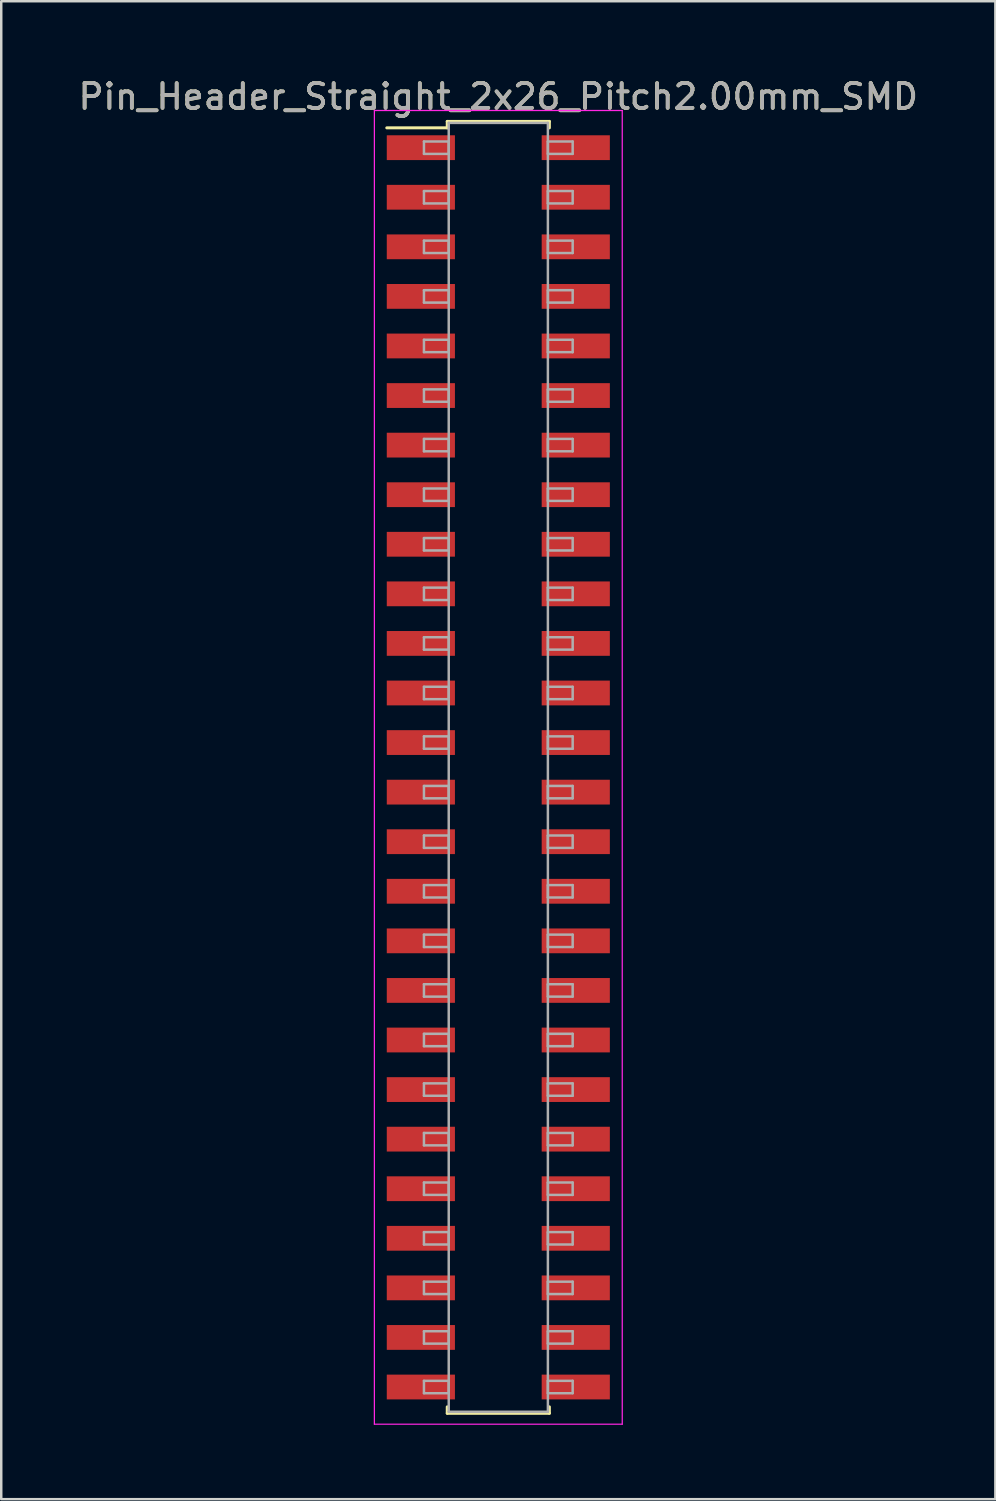
<source format=kicad_pcb>
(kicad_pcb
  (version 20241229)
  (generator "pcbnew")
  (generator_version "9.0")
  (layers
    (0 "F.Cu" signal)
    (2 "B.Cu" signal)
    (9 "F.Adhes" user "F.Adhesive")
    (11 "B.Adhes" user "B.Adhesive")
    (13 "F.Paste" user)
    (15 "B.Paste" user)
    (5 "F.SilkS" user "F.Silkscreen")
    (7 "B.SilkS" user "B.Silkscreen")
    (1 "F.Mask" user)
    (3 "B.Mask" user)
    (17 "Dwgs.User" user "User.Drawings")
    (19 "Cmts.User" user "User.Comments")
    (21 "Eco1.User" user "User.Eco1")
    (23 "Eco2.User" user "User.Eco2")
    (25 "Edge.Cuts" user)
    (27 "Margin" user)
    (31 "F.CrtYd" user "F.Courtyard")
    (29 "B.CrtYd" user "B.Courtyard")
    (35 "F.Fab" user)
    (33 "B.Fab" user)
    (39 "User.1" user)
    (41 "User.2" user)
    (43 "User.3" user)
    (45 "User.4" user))
  (footprint "Pin_Header_Straight_2x26_Pitch2.00mm_SMD"
    (layer "F.Cu")
    (at 17.054 27.908)
    (property "Reference" "Pin_Header_Straight_2x26_Pitch2.00mm_SMD" (at 0 -27.06 0) (layer "F.SilkS") (effects (font (size 1 1) (thickness 0.15))))
    (attr smd)
    (fp_line (start -4.5 -25.8) (end -2.06 -25.8) (stroke (width 0.12) (type solid)) (layer "F.SilkS"))
    (fp_line (start -2.06 -26.06) (end 2.06 -26.06) (stroke (width 0.12) (type solid)) (layer "F.SilkS"))
    (fp_line (start -2.06 -25.8) (end -2.06 -26.06) (stroke (width 0.12) (type solid)) (layer "F.SilkS"))
    (fp_line (start -2.06 25.8) (end -2.06 26.06) (stroke (width 0.12) (type solid)) (layer "F.SilkS"))
    (fp_line (start -2.06 26.06) (end 2.06 26.06) (stroke (width 0.12) (type solid)) (layer "F.SilkS"))
    (fp_line (start 2.06 -26.06) (end 2.06 -25.8) (stroke (width 0.12) (type solid)) (layer "F.SilkS"))
    (fp_line (start 2.06 26.06) (end 2.06 25.8) (stroke (width 0.12) (type solid)) (layer "F.SilkS"))
    (fp_line (start -5 -26.5) (end -5 26.5) (stroke (width 0.05) (type solid)) (layer "F.CrtYd"))
    (fp_line (start -5 26.5) (end 5 26.5) (stroke (width 0.05) (type solid)) (layer "F.CrtYd"))
    (fp_line (start 5 -26.5) (end -5 -26.5) (stroke (width 0.05) (type solid)) (layer "F.CrtYd"))
    (fp_line (start 5 26.5) (end 5 -26.5) (stroke (width 0.05) (type solid)) (layer "F.CrtYd"))
    (fp_line (start -3 -25.25) (end -2 -25.25) (stroke (width 0.1) (type solid)) (layer "F.Fab"))
    (fp_line (start -3 -24.75) (end -3 -25.25) (stroke (width 0.1) (type solid)) (layer "F.Fab"))
    (fp_line (start -3 -23.25) (end -2 -23.25) (stroke (width 0.1) (type solid)) (layer "F.Fab"))
    (fp_line (start -3 -22.75) (end -3 -23.25) (stroke (width 0.1) (type solid)) (layer "F.Fab"))
    (fp_line (start -3 -21.25) (end -2 -21.25) (stroke (width 0.1) (type solid)) (layer "F.Fab"))
    (fp_line (start -3 -20.75) (end -3 -21.25) (stroke (width 0.1) (type solid)) (layer "F.Fab"))
    (fp_line (start -3 -19.25) (end -2 -19.25) (stroke (width 0.1) (type solid)) (layer "F.Fab"))
    (fp_line (start -3 -18.75) (end -3 -19.25) (stroke (width 0.1) (type solid)) (layer "F.Fab"))
    (fp_line (start -3 -17.25) (end -2 -17.25) (stroke (width 0.1) (type solid)) (layer "F.Fab"))
    (fp_line (start -3 -16.75) (end -3 -17.25) (stroke (width 0.1) (type solid)) (layer "F.Fab"))
    (fp_line (start -3 -15.25) (end -2 -15.25) (stroke (width 0.1) (type solid)) (layer "F.Fab"))
    (fp_line (start -3 -14.75) (end -3 -15.25) (stroke (width 0.1) (type solid)) (layer "F.Fab"))
    (fp_line (start -3 -13.25) (end -2 -13.25) (stroke (width 0.1) (type solid)) (layer "F.Fab"))
    (fp_line (start -3 -12.75) (end -3 -13.25) (stroke (width 0.1) (type solid)) (layer "F.Fab"))
    (fp_line (start -3 -11.25) (end -2 -11.25) (stroke (width 0.1) (type solid)) (layer "F.Fab"))
    (fp_line (start -3 -10.75) (end -3 -11.25) (stroke (width 0.1) (type solid)) (layer "F.Fab"))
    (fp_line (start -3 -9.25) (end -2 -9.25) (stroke (width 0.1) (type solid)) (layer "F.Fab"))
    (fp_line (start -3 -8.75) (end -3 -9.25) (stroke (width 0.1) (type solid)) (layer "F.Fab"))
    (fp_line (start -3 -7.25) (end -2 -7.25) (stroke (width 0.1) (type solid)) (layer "F.Fab"))
    (fp_line (start -3 -6.75) (end -3 -7.25) (stroke (width 0.1) (type solid)) (layer "F.Fab"))
    (fp_line (start -3 -5.25) (end -2 -5.25) (stroke (width 0.1) (type solid)) (layer "F.Fab"))
    (fp_line (start -3 -4.75) (end -3 -5.25) (stroke (width 0.1) (type solid)) (layer "F.Fab"))
    (fp_line (start -3 -3.25) (end -2 -3.25) (stroke (width 0.1) (type solid)) (layer "F.Fab"))
    (fp_line (start -3 -2.75) (end -3 -3.25) (stroke (width 0.1) (type solid)) (layer "F.Fab"))
    (fp_line (start -3 -1.25) (end -2 -1.25) (stroke (width 0.1) (type solid)) (layer "F.Fab"))
    (fp_line (start -3 -0.75) (end -3 -1.25) (stroke (width 0.1) (type solid)) (layer "F.Fab"))
    (fp_line (start -3 0.75) (end -2 0.75) (stroke (width 0.1) (type solid)) (layer "F.Fab"))
    (fp_line (start -3 1.25) (end -3 0.75) (stroke (width 0.1) (type solid)) (layer "F.Fab"))
    (fp_line (start -3 2.75) (end -2 2.75) (stroke (width 0.1) (type solid)) (layer "F.Fab"))
    (fp_line (start -3 3.25) (end -3 2.75) (stroke (width 0.1) (type solid)) (layer "F.Fab"))
    (fp_line (start -3 4.75) (end -2 4.75) (stroke (width 0.1) (type solid)) (layer "F.Fab"))
    (fp_line (start -3 5.25) (end -3 4.75) (stroke (width 0.1) (type solid)) (layer "F.Fab"))
    (fp_line (start -3 6.75) (end -2 6.75) (stroke (width 0.1) (type solid)) (layer "F.Fab"))
    (fp_line (start -3 7.25) (end -3 6.75) (stroke (width 0.1) (type solid)) (layer "F.Fab"))
    (fp_line (start -3 8.75) (end -2 8.75) (stroke (width 0.1) (type solid)) (layer "F.Fab"))
    (fp_line (start -3 9.25) (end -3 8.75) (stroke (width 0.1) (type solid)) (layer "F.Fab"))
    (fp_line (start -3 10.75) (end -2 10.75) (stroke (width 0.1) (type solid)) (layer "F.Fab"))
    (fp_line (start -3 11.25) (end -3 10.75) (stroke (width 0.1) (type solid)) (layer "F.Fab"))
    (fp_line (start -3 12.75) (end -2 12.75) (stroke (width 0.1) (type solid)) (layer "F.Fab"))
    (fp_line (start -3 13.25) (end -3 12.75) (stroke (width 0.1) (type solid)) (layer "F.Fab"))
    (fp_line (start -3 14.75) (end -2 14.75) (stroke (width 0.1) (type solid)) (layer "F.Fab"))
    (fp_line (start -3 15.25) (end -3 14.75) (stroke (width 0.1) (type solid)) (layer "F.Fab"))
    (fp_line (start -3 16.75) (end -2 16.75) (stroke (width 0.1) (type solid)) (layer "F.Fab"))
    (fp_line (start -3 17.25) (end -3 16.75) (stroke (width 0.1) (type solid)) (layer "F.Fab"))
    (fp_line (start -3 18.75) (end -2 18.75) (stroke (width 0.1) (type solid)) (layer "F.Fab"))
    (fp_line (start -3 19.25) (end -3 18.75) (stroke (width 0.1) (type solid)) (layer "F.Fab"))
    (fp_line (start -3 20.75) (end -2 20.75) (stroke (width 0.1) (type solid)) (layer "F.Fab"))
    (fp_line (start -3 21.25) (end -3 20.75) (stroke (width 0.1) (type solid)) (layer "F.Fab"))
    (fp_line (start -3 22.75) (end -2 22.75) (stroke (width 0.1) (type solid)) (layer "F.Fab"))
    (fp_line (start -3 23.25) (end -3 22.75) (stroke (width 0.1) (type solid)) (layer "F.Fab"))
    (fp_line (start -3 24.75) (end -2 24.75) (stroke (width 0.1) (type solid)) (layer "F.Fab"))
    (fp_line (start -3 25.25) (end -3 24.75) (stroke (width 0.1) (type solid)) (layer "F.Fab"))
    (fp_line (start -2 -26) (end -2 26) (stroke (width 0.1) (type solid)) (layer "F.Fab"))
    (fp_line (start -2 -25.25) (end -2 -24.75) (stroke (width 0.1) (type solid)) (layer "F.Fab"))
    (fp_line (start -2 -24.75) (end -3 -24.75) (stroke (width 0.1) (type solid)) (layer "F.Fab"))
    (fp_line (start -2 -23.25) (end -2 -22.75) (stroke (width 0.1) (type solid)) (layer "F.Fab"))
    (fp_line (start -2 -22.75) (end -3 -22.75) (stroke (width 0.1) (type solid)) (layer "F.Fab"))
    (fp_line (start -2 -21.25) (end -2 -20.75) (stroke (width 0.1) (type solid)) (layer "F.Fab"))
    (fp_line (start -2 -20.75) (end -3 -20.75) (stroke (width 0.1) (type solid)) (layer "F.Fab"))
    (fp_line (start -2 -19.25) (end -2 -18.75) (stroke (width 0.1) (type solid)) (layer "F.Fab"))
    (fp_line (start -2 -18.75) (end -3 -18.75) (stroke (width 0.1) (type solid)) (layer "F.Fab"))
    (fp_line (start -2 -17.25) (end -2 -16.75) (stroke (width 0.1) (type solid)) (layer "F.Fab"))
    (fp_line (start -2 -16.75) (end -3 -16.75) (stroke (width 0.1) (type solid)) (layer "F.Fab"))
    (fp_line (start -2 -15.25) (end -2 -14.75) (stroke (width 0.1) (type solid)) (layer "F.Fab"))
    (fp_line (start -2 -14.75) (end -3 -14.75) (stroke (width 0.1) (type solid)) (layer "F.Fab"))
    (fp_line (start -2 -13.25) (end -2 -12.75) (stroke (width 0.1) (type solid)) (layer "F.Fab"))
    (fp_line (start -2 -12.75) (end -3 -12.75) (stroke (width 0.1) (type solid)) (layer "F.Fab"))
    (fp_line (start -2 -11.25) (end -2 -10.75) (stroke (width 0.1) (type solid)) (layer "F.Fab"))
    (fp_line (start -2 -10.75) (end -3 -10.75) (stroke (width 0.1) (type solid)) (layer "F.Fab"))
    (fp_line (start -2 -9.25) (end -2 -8.75) (stroke (width 0.1) (type solid)) (layer "F.Fab"))
    (fp_line (start -2 -8.75) (end -3 -8.75) (stroke (width 0.1) (type solid)) (layer "F.Fab"))
    (fp_line (start -2 -7.25) (end -2 -6.75) (stroke (width 0.1) (type solid)) (layer "F.Fab"))
    (fp_line (start -2 -6.75) (end -3 -6.75) (stroke (width 0.1) (type solid)) (layer "F.Fab"))
    (fp_line (start -2 -5.25) (end -2 -4.75) (stroke (width 0.1) (type solid)) (layer "F.Fab"))
    (fp_line (start -2 -4.75) (end -3 -4.75) (stroke (width 0.1) (type solid)) (layer "F.Fab"))
    (fp_line (start -2 -3.25) (end -2 -2.75) (stroke (width 0.1) (type solid)) (layer "F.Fab"))
    (fp_line (start -2 -2.75) (end -3 -2.75) (stroke (width 0.1) (type solid)) (layer "F.Fab"))
    (fp_line (start -2 -1.25) (end -2 -0.75) (stroke (width 0.1) (type solid)) (layer "F.Fab"))
    (fp_line (start -2 -0.75) (end -3 -0.75) (stroke (width 0.1) (type solid)) (layer "F.Fab"))
    (fp_line (start -2 0.75) (end -2 1.25) (stroke (width 0.1) (type solid)) (layer "F.Fab"))
    (fp_line (start -2 1.25) (end -3 1.25) (stroke (width 0.1) (type solid)) (layer "F.Fab"))
    (fp_line (start -2 2.75) (end -2 3.25) (stroke (width 0.1) (type solid)) (layer "F.Fab"))
    (fp_line (start -2 3.25) (end -3 3.25) (stroke (width 0.1) (type solid)) (layer "F.Fab"))
    (fp_line (start -2 4.75) (end -2 5.25) (stroke (width 0.1) (type solid)) (layer "F.Fab"))
    (fp_line (start -2 5.25) (end -3 5.25) (stroke (width 0.1) (type solid)) (layer "F.Fab"))
    (fp_line (start -2 6.75) (end -2 7.25) (stroke (width 0.1) (type solid)) (layer "F.Fab"))
    (fp_line (start -2 7.25) (end -3 7.25) (stroke (width 0.1) (type solid)) (layer "F.Fab"))
    (fp_line (start -2 8.75) (end -2 9.25) (stroke (width 0.1) (type solid)) (layer "F.Fab"))
    (fp_line (start -2 9.25) (end -3 9.25) (stroke (width 0.1) (type solid)) (layer "F.Fab"))
    (fp_line (start -2 10.75) (end -2 11.25) (stroke (width 0.1) (type solid)) (layer "F.Fab"))
    (fp_line (start -2 11.25) (end -3 11.25) (stroke (width 0.1) (type solid)) (layer "F.Fab"))
    (fp_line (start -2 12.75) (end -2 13.25) (stroke (width 0.1) (type solid)) (layer "F.Fab"))
    (fp_line (start -2 13.25) (end -3 13.25) (stroke (width 0.1) (type solid)) (layer "F.Fab"))
    (fp_line (start -2 14.75) (end -2 15.25) (stroke (width 0.1) (type solid)) (layer "F.Fab"))
    (fp_line (start -2 15.25) (end -3 15.25) (stroke (width 0.1) (type solid)) (layer "F.Fab"))
    (fp_line (start -2 16.75) (end -2 17.25) (stroke (width 0.1) (type solid)) (layer "F.Fab"))
    (fp_line (start -2 17.25) (end -3 17.25) (stroke (width 0.1) (type solid)) (layer "F.Fab"))
    (fp_line (start -2 18.75) (end -2 19.25) (stroke (width 0.1) (type solid)) (layer "F.Fab"))
    (fp_line (start -2 19.25) (end -3 19.25) (stroke (width 0.1) (type solid)) (layer "F.Fab"))
    (fp_line (start -2 20.75) (end -2 21.25) (stroke (width 0.1) (type solid)) (layer "F.Fab"))
    (fp_line (start -2 21.25) (end -3 21.25) (stroke (width 0.1) (type solid)) (layer "F.Fab"))
    (fp_line (start -2 22.75) (end -2 23.25) (stroke (width 0.1) (type solid)) (layer "F.Fab"))
    (fp_line (start -2 23.25) (end -3 23.25) (stroke (width 0.1) (type solid)) (layer "F.Fab"))
    (fp_line (start -2 24.75) (end -2 25.25) (stroke (width 0.1) (type solid)) (layer "F.Fab"))
    (fp_line (start -2 25.25) (end -3 25.25) (stroke (width 0.1) (type solid)) (layer "F.Fab"))
    (fp_line (start -2 26) (end 2 26) (stroke (width 0.1) (type solid)) (layer "F.Fab"))
    (fp_line (start 2 -26) (end -2 -26) (stroke (width 0.1) (type solid)) (layer "F.Fab"))
    (fp_line (start 2 -25.25) (end 2 -24.75) (stroke (width 0.1) (type solid)) (layer "F.Fab"))
    (fp_line (start 2 -24.75) (end 3 -24.75) (stroke (width 0.1) (type solid)) (layer "F.Fab"))
    (fp_line (start 2 -23.25) (end 2 -22.75) (stroke (width 0.1) (type solid)) (layer "F.Fab"))
    (fp_line (start 2 -22.75) (end 3 -22.75) (stroke (width 0.1) (type solid)) (layer "F.Fab"))
    (fp_line (start 2 -21.25) (end 2 -20.75) (stroke (width 0.1) (type solid)) (layer "F.Fab"))
    (fp_line (start 2 -20.75) (end 3 -20.75) (stroke (width 0.1) (type solid)) (layer "F.Fab"))
    (fp_line (start 2 -19.25) (end 2 -18.75) (stroke (width 0.1) (type solid)) (layer "F.Fab"))
    (fp_line (start 2 -18.75) (end 3 -18.75) (stroke (width 0.1) (type solid)) (layer "F.Fab"))
    (fp_line (start 2 -17.25) (end 2 -16.75) (stroke (width 0.1) (type solid)) (layer "F.Fab"))
    (fp_line (start 2 -16.75) (end 3 -16.75) (stroke (width 0.1) (type solid)) (layer "F.Fab"))
    (fp_line (start 2 -15.25) (end 2 -14.75) (stroke (width 0.1) (type solid)) (layer "F.Fab"))
    (fp_line (start 2 -14.75) (end 3 -14.75) (stroke (width 0.1) (type solid)) (layer "F.Fab"))
    (fp_line (start 2 -13.25) (end 2 -12.75) (stroke (width 0.1) (type solid)) (layer "F.Fab"))
    (fp_line (start 2 -12.75) (end 3 -12.75) (stroke (width 0.1) (type solid)) (layer "F.Fab"))
    (fp_line (start 2 -11.25) (end 2 -10.75) (stroke (width 0.1) (type solid)) (layer "F.Fab"))
    (fp_line (start 2 -10.75) (end 3 -10.75) (stroke (width 0.1) (type solid)) (layer "F.Fab"))
    (fp_line (start 2 -9.25) (end 2 -8.75) (stroke (width 0.1) (type solid)) (layer "F.Fab"))
    (fp_line (start 2 -8.75) (end 3 -8.75) (stroke (width 0.1) (type solid)) (layer "F.Fab"))
    (fp_line (start 2 -7.25) (end 2 -6.75) (stroke (width 0.1) (type solid)) (layer "F.Fab"))
    (fp_line (start 2 -6.75) (end 3 -6.75) (stroke (width 0.1) (type solid)) (layer "F.Fab"))
    (fp_line (start 2 -5.25) (end 2 -4.75) (stroke (width 0.1) (type solid)) (layer "F.Fab"))
    (fp_line (start 2 -4.75) (end 3 -4.75) (stroke (width 0.1) (type solid)) (layer "F.Fab"))
    (fp_line (start 2 -3.25) (end 2 -2.75) (stroke (width 0.1) (type solid)) (layer "F.Fab"))
    (fp_line (start 2 -2.75) (end 3 -2.75) (stroke (width 0.1) (type solid)) (layer "F.Fab"))
    (fp_line (start 2 -1.25) (end 2 -0.75) (stroke (width 0.1) (type solid)) (layer "F.Fab"))
    (fp_line (start 2 -0.75) (end 3 -0.75) (stroke (width 0.1) (type solid)) (layer "F.Fab"))
    (fp_line (start 2 0.75) (end 2 1.25) (stroke (width 0.1) (type solid)) (layer "F.Fab"))
    (fp_line (start 2 1.25) (end 3 1.25) (stroke (width 0.1) (type solid)) (layer "F.Fab"))
    (fp_line (start 2 2.75) (end 2 3.25) (stroke (width 0.1) (type solid)) (layer "F.Fab"))
    (fp_line (start 2 3.25) (end 3 3.25) (stroke (width 0.1) (type solid)) (layer "F.Fab"))
    (fp_line (start 2 4.75) (end 2 5.25) (stroke (width 0.1) (type solid)) (layer "F.Fab"))
    (fp_line (start 2 5.25) (end 3 5.25) (stroke (width 0.1) (type solid)) (layer "F.Fab"))
    (fp_line (start 2 6.75) (end 2 7.25) (stroke (width 0.1) (type solid)) (layer "F.Fab"))
    (fp_line (start 2 7.25) (end 3 7.25) (stroke (width 0.1) (type solid)) (layer "F.Fab"))
    (fp_line (start 2 8.75) (end 2 9.25) (stroke (width 0.1) (type solid)) (layer "F.Fab"))
    (fp_line (start 2 9.25) (end 3 9.25) (stroke (width 0.1) (type solid)) (layer "F.Fab"))
    (fp_line (start 2 10.75) (end 2 11.25) (stroke (width 0.1) (type solid)) (layer "F.Fab"))
    (fp_line (start 2 11.25) (end 3 11.25) (stroke (width 0.1) (type solid)) (layer "F.Fab"))
    (fp_line (start 2 12.75) (end 2 13.25) (stroke (width 0.1) (type solid)) (layer "F.Fab"))
    (fp_line (start 2 13.25) (end 3 13.25) (stroke (width 0.1) (type solid)) (layer "F.Fab"))
    (fp_line (start 2 14.75) (end 2 15.25) (stroke (width 0.1) (type solid)) (layer "F.Fab"))
    (fp_line (start 2 15.25) (end 3 15.25) (stroke (width 0.1) (type solid)) (layer "F.Fab"))
    (fp_line (start 2 16.75) (end 2 17.25) (stroke (width 0.1) (type solid)) (layer "F.Fab"))
    (fp_line (start 2 17.25) (end 3 17.25) (stroke (width 0.1) (type solid)) (layer "F.Fab"))
    (fp_line (start 2 18.75) (end 2 19.25) (stroke (width 0.1) (type solid)) (layer "F.Fab"))
    (fp_line (start 2 19.25) (end 3 19.25) (stroke (width 0.1) (type solid)) (layer "F.Fab"))
    (fp_line (start 2 20.75) (end 2 21.25) (stroke (width 0.1) (type solid)) (layer "F.Fab"))
    (fp_line (start 2 21.25) (end 3 21.25) (stroke (width 0.1) (type solid)) (layer "F.Fab"))
    (fp_line (start 2 22.75) (end 2 23.25) (stroke (width 0.1) (type solid)) (layer "F.Fab"))
    (fp_line (start 2 23.25) (end 3 23.25) (stroke (width 0.1) (type solid)) (layer "F.Fab"))
    (fp_line (start 2 24.75) (end 2 25.25) (stroke (width 0.1) (type solid)) (layer "F.Fab"))
    (fp_line (start 2 25.25) (end 3 25.25) (stroke (width 0.1) (type solid)) (layer "F.Fab"))
    (fp_line (start 2 26) (end 2 -26) (stroke (width 0.1) (type solid)) (layer "F.Fab"))
    (fp_line (start 3 -25.25) (end 2 -25.25) (stroke (width 0.1) (type solid)) (layer "F.Fab"))
    (fp_line (start 3 -24.75) (end 3 -25.25) (stroke (width 0.1) (type solid)) (layer "F.Fab"))
    (fp_line (start 3 -23.25) (end 2 -23.25) (stroke (width 0.1) (type solid)) (layer "F.Fab"))
    (fp_line (start 3 -22.75) (end 3 -23.25) (stroke (width 0.1) (type solid)) (layer "F.Fab"))
    (fp_line (start 3 -21.25) (end 2 -21.25) (stroke (width 0.1) (type solid)) (layer "F.Fab"))
    (fp_line (start 3 -20.75) (end 3 -21.25) (stroke (width 0.1) (type solid)) (layer "F.Fab"))
    (fp_line (start 3 -19.25) (end 2 -19.25) (stroke (width 0.1) (type solid)) (layer "F.Fab"))
    (fp_line (start 3 -18.75) (end 3 -19.25) (stroke (width 0.1) (type solid)) (layer "F.Fab"))
    (fp_line (start 3 -17.25) (end 2 -17.25) (stroke (width 0.1) (type solid)) (layer "F.Fab"))
    (fp_line (start 3 -16.75) (end 3 -17.25) (stroke (width 0.1) (type solid)) (layer "F.Fab"))
    (fp_line (start 3 -15.25) (end 2 -15.25) (stroke (width 0.1) (type solid)) (layer "F.Fab"))
    (fp_line (start 3 -14.75) (end 3 -15.25) (stroke (width 0.1) (type solid)) (layer "F.Fab"))
    (fp_line (start 3 -13.25) (end 2 -13.25) (stroke (width 0.1) (type solid)) (layer "F.Fab"))
    (fp_line (start 3 -12.75) (end 3 -13.25) (stroke (width 0.1) (type solid)) (layer "F.Fab"))
    (fp_line (start 3 -11.25) (end 2 -11.25) (stroke (width 0.1) (type solid)) (layer "F.Fab"))
    (fp_line (start 3 -10.75) (end 3 -11.25) (stroke (width 0.1) (type solid)) (layer "F.Fab"))
    (fp_line (start 3 -9.25) (end 2 -9.25) (stroke (width 0.1) (type solid)) (layer "F.Fab"))
    (fp_line (start 3 -8.75) (end 3 -9.25) (stroke (width 0.1) (type solid)) (layer "F.Fab"))
    (fp_line (start 3 -7.25) (end 2 -7.25) (stroke (width 0.1) (type solid)) (layer "F.Fab"))
    (fp_line (start 3 -6.75) (end 3 -7.25) (stroke (width 0.1) (type solid)) (layer "F.Fab"))
    (fp_line (start 3 -5.25) (end 2 -5.25) (stroke (width 0.1) (type solid)) (layer "F.Fab"))
    (fp_line (start 3 -4.75) (end 3 -5.25) (stroke (width 0.1) (type solid)) (layer "F.Fab"))
    (fp_line (start 3 -3.25) (end 2 -3.25) (stroke (width 0.1) (type solid)) (layer "F.Fab"))
    (fp_line (start 3 -2.75) (end 3 -3.25) (stroke (width 0.1) (type solid)) (layer "F.Fab"))
    (fp_line (start 3 -1.25) (end 2 -1.25) (stroke (width 0.1) (type solid)) (layer "F.Fab"))
    (fp_line (start 3 -0.75) (end 3 -1.25) (stroke (width 0.1) (type solid)) (layer "F.Fab"))
    (fp_line (start 3 0.75) (end 2 0.75) (stroke (width 0.1) (type solid)) (layer "F.Fab"))
    (fp_line (start 3 1.25) (end 3 0.75) (stroke (width 0.1) (type solid)) (layer "F.Fab"))
    (fp_line (start 3 2.75) (end 2 2.75) (stroke (width 0.1) (type solid)) (layer "F.Fab"))
    (fp_line (start 3 3.25) (end 3 2.75) (stroke (width 0.1) (type solid)) (layer "F.Fab"))
    (fp_line (start 3 4.75) (end 2 4.75) (stroke (width 0.1) (type solid)) (layer "F.Fab"))
    (fp_line (start 3 5.25) (end 3 4.75) (stroke (width 0.1) (type solid)) (layer "F.Fab"))
    (fp_line (start 3 6.75) (end 2 6.75) (stroke (width 0.1) (type solid)) (layer "F.Fab"))
    (fp_line (start 3 7.25) (end 3 6.75) (stroke (width 0.1) (type solid)) (layer "F.Fab"))
    (fp_line (start 3 8.75) (end 2 8.75) (stroke (width 0.1) (type solid)) (layer "F.Fab"))
    (fp_line (start 3 9.25) (end 3 8.75) (stroke (width 0.1) (type solid)) (layer "F.Fab"))
    (fp_line (start 3 10.75) (end 2 10.75) (stroke (width 0.1) (type solid)) (layer "F.Fab"))
    (fp_line (start 3 11.25) (end 3 10.75) (stroke (width 0.1) (type solid)) (layer "F.Fab"))
    (fp_line (start 3 12.75) (end 2 12.75) (stroke (width 0.1) (type solid)) (layer "F.Fab"))
    (fp_line (start 3 13.25) (end 3 12.75) (stroke (width 0.1) (type solid)) (layer "F.Fab"))
    (fp_line (start 3 14.75) (end 2 14.75) (stroke (width 0.1) (type solid)) (layer "F.Fab"))
    (fp_line (start 3 15.25) (end 3 14.75) (stroke (width 0.1) (type solid)) (layer "F.Fab"))
    (fp_line (start 3 16.75) (end 2 16.75) (stroke (width 0.1) (type solid)) (layer "F.Fab"))
    (fp_line (start 3 17.25) (end 3 16.75) (stroke (width 0.1) (type solid)) (layer "F.Fab"))
    (fp_line (start 3 18.75) (end 2 18.75) (stroke (width 0.1) (type solid)) (layer "F.Fab"))
    (fp_line (start 3 19.25) (end 3 18.75) (stroke (width 0.1) (type solid)) (layer "F.Fab"))
    (fp_line (start 3 20.75) (end 2 20.75) (stroke (width 0.1) (type solid)) (layer "F.Fab"))
    (fp_line (start 3 21.25) (end 3 20.75) (stroke (width 0.1) (type solid)) (layer "F.Fab"))
    (fp_line (start 3 22.75) (end 2 22.75) (stroke (width 0.1) (type solid)) (layer "F.Fab"))
    (fp_line (start 3 23.25) (end 3 22.75) (stroke (width 0.1) (type solid)) (layer "F.Fab"))
    (fp_line (start 3 24.75) (end 2 24.75) (stroke (width 0.1) (type solid)) (layer "F.Fab"))
    (fp_line (start 3 25.25) (end 3 24.75) (stroke (width 0.1) (type solid)) (layer "F.Fab"))
    (fp_text user "${REFERENCE}" (at 0 -27.06 0) (layer "F.Fab") (effects (font (size 1 1) (thickness 0.15))))
    (pad "1" smd rect (at -3.125 -25) (size 2.75 1) (layers "F.Cu" "F.Mask" "F.Paste"))
    (pad "2" smd rect (at 3.125 -25) (size 2.75 1) (layers "F.Cu" "F.Mask" "F.Paste"))
    (pad "3" smd rect (at -3.125 -23) (size 2.75 1) (layers "F.Cu" "F.Mask" "F.Paste"))
    (pad "4" smd rect (at 3.125 -23) (size 2.75 1) (layers "F.Cu" "F.Mask" "F.Paste"))
    (pad "5" smd rect (at -3.125 -21) (size 2.75 1) (layers "F.Cu" "F.Mask" "F.Paste"))
    (pad "6" smd rect (at 3.125 -21) (size 2.75 1) (layers "F.Cu" "F.Mask" "F.Paste"))
    (pad "7" smd rect (at -3.125 -19) (size 2.75 1) (layers "F.Cu" "F.Mask" "F.Paste"))
    (pad "8" smd rect (at 3.125 -19) (size 2.75 1) (layers "F.Cu" "F.Mask" "F.Paste"))
    (pad "9" smd rect (at -3.125 -17) (size 2.75 1) (layers "F.Cu" "F.Mask" "F.Paste"))
    (pad "10" smd rect (at 3.125 -17) (size 2.75 1) (layers "F.Cu" "F.Mask" "F.Paste"))
    (pad "11" smd rect (at -3.125 -15) (size 2.75 1) (layers "F.Cu" "F.Mask" "F.Paste"))
    (pad "12" smd rect (at 3.125 -15) (size 2.75 1) (layers "F.Cu" "F.Mask" "F.Paste"))
    (pad "13" smd rect (at -3.125 -13) (size 2.75 1) (layers "F.Cu" "F.Mask" "F.Paste"))
    (pad "14" smd rect (at 3.125 -13) (size 2.75 1) (layers "F.Cu" "F.Mask" "F.Paste"))
    (pad "15" smd rect (at -3.125 -11) (size 2.75 1) (layers "F.Cu" "F.Mask" "F.Paste"))
    (pad "16" smd rect (at 3.125 -11) (size 2.75 1) (layers "F.Cu" "F.Mask" "F.Paste"))
    (pad "17" smd rect (at -3.125 -9) (size 2.75 1) (layers "F.Cu" "F.Mask" "F.Paste"))
    (pad "18" smd rect (at 3.125 -9) (size 2.75 1) (layers "F.Cu" "F.Mask" "F.Paste"))
    (pad "19" smd rect (at -3.125 -7) (size 2.75 1) (layers "F.Cu" "F.Mask" "F.Paste"))
    (pad "20" smd rect (at 3.125 -7) (size 2.75 1) (layers "F.Cu" "F.Mask" "F.Paste"))
    (pad "21" smd rect (at -3.125 -5) (size 2.75 1) (layers "F.Cu" "F.Mask" "F.Paste"))
    (pad "22" smd rect (at 3.125 -5) (size 2.75 1) (layers "F.Cu" "F.Mask" "F.Paste"))
    (pad "23" smd rect (at -3.125 -3) (size 2.75 1) (layers "F.Cu" "F.Mask" "F.Paste"))
    (pad "24" smd rect (at 3.125 -3) (size 2.75 1) (layers "F.Cu" "F.Mask" "F.Paste"))
    (pad "25" smd rect (at -3.125 -1) (size 2.75 1) (layers "F.Cu" "F.Mask" "F.Paste"))
    (pad "26" smd rect (at 3.125 -1) (size 2.75 1) (layers "F.Cu" "F.Mask" "F.Paste"))
    (pad "27" smd rect (at -3.125 1) (size 2.75 1) (layers "F.Cu" "F.Mask" "F.Paste"))
    (pad "28" smd rect (at 3.125 1) (size 2.75 1) (layers "F.Cu" "F.Mask" "F.Paste"))
    (pad "29" smd rect (at -3.125 3) (size 2.75 1) (layers "F.Cu" "F.Mask" "F.Paste"))
    (pad "30" smd rect (at 3.125 3) (size 2.75 1) (layers "F.Cu" "F.Mask" "F.Paste"))
    (pad "31" smd rect (at -3.125 5) (size 2.75 1) (layers "F.Cu" "F.Mask" "F.Paste"))
    (pad "32" smd rect (at 3.125 5) (size 2.75 1) (layers "F.Cu" "F.Mask" "F.Paste"))
    (pad "33" smd rect (at -3.125 7) (size 2.75 1) (layers "F.Cu" "F.Mask" "F.Paste"))
    (pad "34" smd rect (at 3.125 7) (size 2.75 1) (layers "F.Cu" "F.Mask" "F.Paste"))
    (pad "35" smd rect (at -3.125 9) (size 2.75 1) (layers "F.Cu" "F.Mask" "F.Paste"))
    (pad "36" smd rect (at 3.125 9) (size 2.75 1) (layers "F.Cu" "F.Mask" "F.Paste"))
    (pad "37" smd rect (at -3.125 11) (size 2.75 1) (layers "F.Cu" "F.Mask" "F.Paste"))
    (pad "38" smd rect (at 3.125 11) (size 2.75 1) (layers "F.Cu" "F.Mask" "F.Paste"))
    (pad "39" smd rect (at -3.125 13) (size 2.75 1) (layers "F.Cu" "F.Mask" "F.Paste"))
    (pad "40" smd rect (at 3.125 13) (size 2.75 1) (layers "F.Cu" "F.Mask" "F.Paste"))
    (pad "41" smd rect (at -3.125 15) (size 2.75 1) (layers "F.Cu" "F.Mask" "F.Paste"))
    (pad "42" smd rect (at 3.125 15) (size 2.75 1) (layers "F.Cu" "F.Mask" "F.Paste"))
    (pad "43" smd rect (at -3.125 17) (size 2.75 1) (layers "F.Cu" "F.Mask" "F.Paste"))
    (pad "44" smd rect (at 3.125 17) (size 2.75 1) (layers "F.Cu" "F.Mask" "F.Paste"))
    (pad "45" smd rect (at -3.125 19) (size 2.75 1) (layers "F.Cu" "F.Mask" "F.Paste"))
    (pad "46" smd rect (at 3.125 19) (size 2.75 1) (layers "F.Cu" "F.Mask" "F.Paste"))
    (pad "47" smd rect (at -3.125 21) (size 2.75 1) (layers "F.Cu" "F.Mask" "F.Paste"))
    (pad "48" smd rect (at 3.125 21) (size 2.75 1) (layers "F.Cu" "F.Mask" "F.Paste"))
    (pad "49" smd rect (at -3.125 23) (size 2.75 1) (layers "F.Cu" "F.Mask" "F.Paste"))
    (pad "50" smd rect (at 3.125 23) (size 2.75 1) (layers "F.Cu" "F.Mask" "F.Paste"))
    (pad "51" smd rect (at -3.125 25) (size 2.75 1) (layers "F.Cu" "F.Mask" "F.Paste"))
    (pad "52" smd rect (at 3.125 25) (size 2.75 1) (layers "F.Cu" "F.Mask" "F.Paste")))
  (gr_rect
    (start -3 -3)
    (end 37.107 57.433)
    (stroke (width 0.1) (type default))
    (fill no)
    (layer "Edge.Cuts")))
</source>
